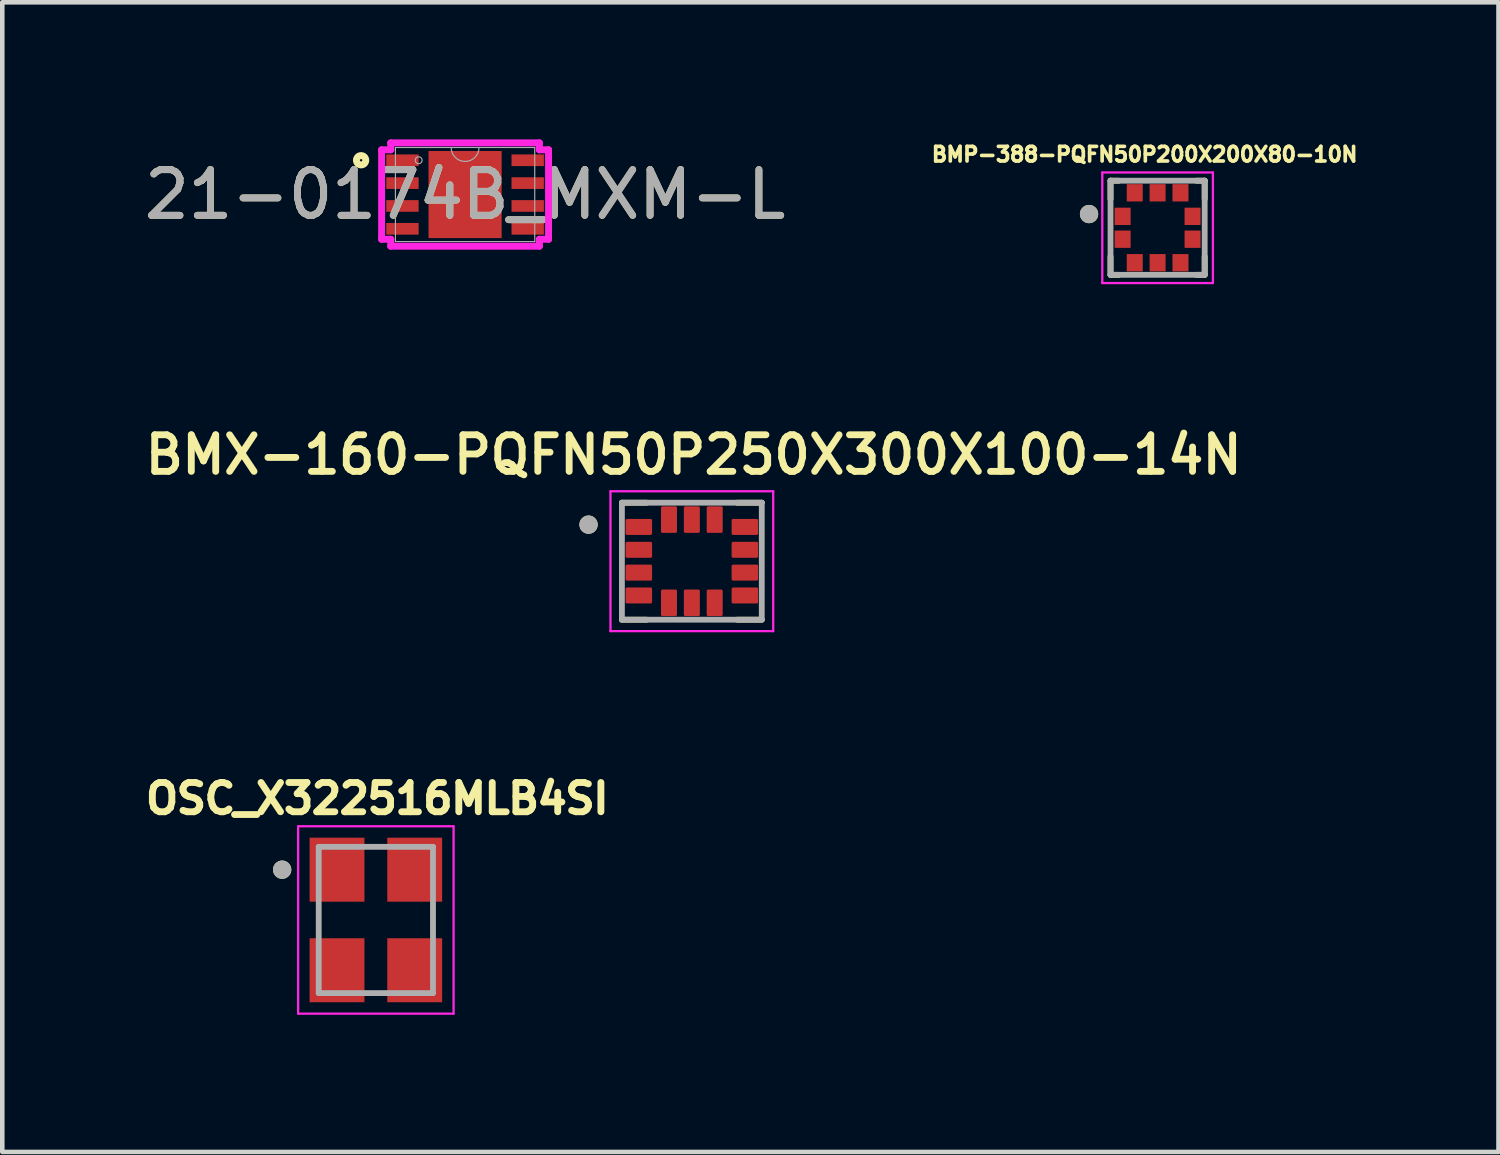
<source format=kicad_pcb>
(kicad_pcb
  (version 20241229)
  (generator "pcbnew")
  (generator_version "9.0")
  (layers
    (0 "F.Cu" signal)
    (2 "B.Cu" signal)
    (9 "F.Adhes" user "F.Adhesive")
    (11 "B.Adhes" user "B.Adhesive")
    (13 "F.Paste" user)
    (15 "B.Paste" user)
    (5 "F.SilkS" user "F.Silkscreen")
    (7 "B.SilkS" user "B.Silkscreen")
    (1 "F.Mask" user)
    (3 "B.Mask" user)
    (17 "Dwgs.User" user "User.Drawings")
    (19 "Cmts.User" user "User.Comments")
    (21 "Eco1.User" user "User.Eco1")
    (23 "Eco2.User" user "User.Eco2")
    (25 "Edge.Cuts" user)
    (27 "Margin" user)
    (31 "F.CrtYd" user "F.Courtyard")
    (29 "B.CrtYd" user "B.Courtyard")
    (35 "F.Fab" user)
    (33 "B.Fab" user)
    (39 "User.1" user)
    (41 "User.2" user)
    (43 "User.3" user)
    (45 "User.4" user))
  (footprint "21-0174B_MXM-L"
    (layer "F.Cu")
    (at 7.125 1.206)
    (property "Reference" "21-0174B_MXM-L" (at 0 0 0) (unlocked yes) (layer "F.SilkS") (effects (font (size 1 1) (thickness 0.15))))
    (attr smd)
    (fp_circle (center -2.275 -0.75) (end -2.173 -0.75) (stroke (width 0.152) (type solid)) (fill no) (layer "F.SilkS"))
    (fp_line (start -1.826 -0.979) (end -1.626 -0.979) (stroke (width 0.152) (type solid)) (layer "F.CrtYd"))
    (fp_line (start -1.826 0.979) (end -1.826 -0.979) (stroke (width 0.152) (type solid)) (layer "F.CrtYd"))
    (fp_line (start -1.826 0.979) (end -1.626 0.979) (stroke (width 0.152) (type solid)) (layer "F.CrtYd"))
    (fp_line (start -1.626 -1.13) (end 1.626 -1.13) (stroke (width 0.152) (type solid)) (layer "F.CrtYd"))
    (fp_line (start -1.626 -0.979) (end -1.626 -1.13) (stroke (width 0.152) (type solid)) (layer "F.CrtYd"))
    (fp_line (start -1.626 1.13) (end -1.626 0.979) (stroke (width 0.152) (type solid)) (layer "F.CrtYd"))
    (fp_line (start 1.626 -1.13) (end 1.626 -0.979) (stroke (width 0.152) (type solid)) (layer "F.CrtYd"))
    (fp_line (start 1.626 0.979) (end 1.626 1.13) (stroke (width 0.152) (type solid)) (layer "F.CrtYd"))
    (fp_line (start 1.626 1.13) (end -1.626 1.13) (stroke (width 0.152) (type solid)) (layer "F.CrtYd"))
    (fp_line (start 1.826 -0.979) (end 1.626 -0.979) (stroke (width 0.152) (type solid)) (layer "F.CrtYd"))
    (fp_line (start 1.826 -0.979) (end 1.826 0.979) (stroke (width 0.152) (type solid)) (layer "F.CrtYd"))
    (fp_line (start 1.826 0.979) (end 1.626 0.979) (stroke (width 0.152) (type solid)) (layer "F.CrtYd"))
    (fp_line (start -1.524 -1.029) (end -1.524 1.029) (stroke (width 0.025) (type solid)) (layer "F.Fab"))
    (fp_line (start -1.524 1.029) (end 1.524 1.029) (stroke (width 0.025) (type solid)) (layer "F.Fab"))
    (fp_line (start 1.524 -1.029) (end -1.524 -1.029) (stroke (width 0.025) (type solid)) (layer "F.Fab"))
    (fp_line (start 1.524 1.029) (end 1.524 -1.029) (stroke (width 0.025) (type solid)) (layer "F.Fab"))
    (fp_arc (start 0.3048 -1.0287) (mid 0 -0.7239) (end -0.3048 -1.0287) (stroke (width 0.0254) (type solid)) (layer "F.Fab"))
    (fp_circle (center -1.016 -0.75) (end -0.94 -0.75) (stroke (width 0.025) (type solid)) (fill no) (layer "F.Fab"))
    (fp_text user "${REFERENCE}" (at 0 0 0) (unlocked yes) (layer "F.Fab") (effects (font (size 1 1) (thickness 0.15))))
    (pad "1" smd rect (at -1.37 -0.75) (size 0.708 0.255) (layers "F.Cu" "F.Mask" "F.Paste"))
    (pad "2" smd rect (at -1.37 -0.25) (size 0.708 0.255) (layers "F.Cu" "F.Mask" "F.Paste"))
    (pad "3" smd rect (at -1.37 0.25) (size 0.708 0.255) (layers "F.Cu" "F.Mask" "F.Paste"))
    (pad "4" smd rect (at -1.37 0.75) (size 0.708 0.255) (layers "F.Cu" "F.Mask" "F.Paste"))
    (pad "5" smd rect (at 1.37 0.75) (size 0.708 0.255) (layers "F.Cu" "F.Mask" "F.Paste"))
    (pad "6" smd rect (at 1.37 0.25) (size 0.708 0.255) (layers "F.Cu" "F.Mask" "F.Paste"))
    (pad "7" smd rect (at 1.37 -0.25) (size 0.708 0.255) (layers "F.Cu" "F.Mask" "F.Paste"))
    (pad "8" smd rect (at 1.37 -0.75) (size 0.708 0.255) (layers "F.Cu" "F.Mask" "F.Paste"))
    (pad "9" smd rect (at 0 0) (size 1.6 1.905) (layers "F.Cu" "F.Mask" "F.Paste")))
  (footprint "BMX-160-PQFN50P250X300X100-14N"
    (layer "F.Cu")
    (at 12.086 9.228)
    (property "Reference" "BMX-160-PQFN50P250X300X100-14N" (at 0.04 -2.328 0) (layer "F.SilkS") (effects (font (size 0.8 0.8) (thickness 0.15))))
    (attr smd)
    (fp_line (start -1.53 -1.28) (end -0.99 -1.28) (stroke (width 0.127) (type solid)) (layer "F.SilkS"))
    (fp_line (start -1.53 1.28) (end -0.99 1.28) (stroke (width 0.127) (type solid)) (layer "F.SilkS"))
    (fp_line (start 1.53 -1.28) (end 0.99 -1.28) (stroke (width 0.127) (type solid)) (layer "F.SilkS"))
    (fp_line (start 1.53 1.28) (end 0.99 1.28) (stroke (width 0.127) (type solid)) (layer "F.SilkS"))
    (fp_circle (center -2.26 -0.8) (end -2.16 -0.8) (stroke (width 0.2) (type solid)) (fill no) (layer "F.SilkS"))
    (fp_line (start -1.78 -1.53) (end 1.78 -1.53) (stroke (width 0.05) (type solid)) (layer "F.CrtYd"))
    (fp_line (start -1.78 1.53) (end -1.78 -1.53) (stroke (width 0.05) (type solid)) (layer "F.CrtYd"))
    (fp_line (start 1.78 -1.53) (end 1.78 1.53) (stroke (width 0.05) (type solid)) (layer "F.CrtYd"))
    (fp_line (start 1.78 1.53) (end -1.78 1.53) (stroke (width 0.05) (type solid)) (layer "F.CrtYd"))
    (fp_line (start -1.53 -1.28) (end -1.53 1.28) (stroke (width 0.127) (type solid)) (layer "F.Fab"))
    (fp_line (start -1.53 1.28) (end 1.53 1.28) (stroke (width 0.127) (type solid)) (layer "F.Fab"))
    (fp_line (start 1.53 -1.28) (end -1.53 -1.28) (stroke (width 0.127) (type solid)) (layer "F.Fab"))
    (fp_line (start 1.53 1.28) (end 1.53 -1.28) (stroke (width 0.127) (type solid)) (layer "F.Fab"))
    (fp_circle (center -2.26 -0.8) (end -2.16 -0.8) (stroke (width 0.2) (type solid)) (fill no) (layer "F.Fab"))
    (pad "1" smd roundrect (at -1.16 -0.75) (size 0.58 0.35) (layers "F.Cu" "F.Mask" "F.Paste") (roundrect_rratio 0.09))
    (pad "2" smd roundrect (at -1.16 -0.25) (size 0.58 0.35) (layers "F.Cu" "F.Mask" "F.Paste") (roundrect_rratio 0.09))
    (pad "3" smd roundrect (at -1.16 0.25) (size 0.58 0.35) (layers "F.Cu" "F.Mask" "F.Paste") (roundrect_rratio 0.09))
    (pad "4" smd roundrect (at -1.16 0.75) (size 0.58 0.35) (layers "F.Cu" "F.Mask" "F.Paste") (roundrect_rratio 0.09))
    (pad "5" smd roundrect (at -0.5 0.91 90) (size 0.58 0.35) (layers "F.Cu" "F.Mask" "F.Paste") (roundrect_rratio 0.09))
    (pad "6" smd roundrect (at 0 0.91 90) (size 0.58 0.35) (layers "F.Cu" "F.Mask" "F.Paste") (roundrect_rratio 0.09))
    (pad "7" smd roundrect (at 0.5 0.91 90) (size 0.58 0.35) (layers "F.Cu" "F.Mask" "F.Paste") (roundrect_rratio 0.09))
    (pad "8" smd roundrect (at 1.16 0.75 180) (size 0.58 0.35) (layers "F.Cu" "F.Mask" "F.Paste") (roundrect_rratio 0.09))
    (pad "9" smd roundrect (at 1.16 0.25 180) (size 0.58 0.35) (layers "F.Cu" "F.Mask" "F.Paste") (roundrect_rratio 0.09))
    (pad "10" smd roundrect (at 1.16 -0.25 180) (size 0.58 0.35) (layers "F.Cu" "F.Mask" "F.Paste") (roundrect_rratio 0.09))
    (pad "11" smd roundrect (at 1.16 -0.75 180) (size 0.58 0.35) (layers "F.Cu" "F.Mask" "F.Paste") (roundrect_rratio 0.09))
    (pad "12" smd roundrect (at 0.5 -0.91 270) (size 0.58 0.35) (layers "F.Cu" "F.Mask" "F.Paste") (roundrect_rratio 0.09))
    (pad "13" smd roundrect (at 0 -0.91 270) (size 0.58 0.35) (layers "F.Cu" "F.Mask" "F.Paste") (roundrect_rratio 0.09))
    (pad "14" smd roundrect (at -0.5 -0.91 270) (size 0.58 0.35) (layers "F.Cu" "F.Mask" "F.Paste") (roundrect_rratio 0.09)))
  (footprint "OSC_X322516MLB4SI"
    (layer "F.Cu")
    (at 5.173 17.077)
    (property "Reference" "OSC_X322516MLB4SI" (at 0.032 -2.656 0) (layer "F.SilkS") (effects (font (size 0.64 0.64) (thickness 0.15))))
    (attr smd)
    (fp_circle (center -2.05 -1.1) (end -1.95 -1.1) (stroke (width 0.2) (type solid)) (fill no) (layer "F.SilkS"))
    (fp_line (start -1.7 -2.05) (end 1.7 -2.05) (stroke (width 0.05) (type solid)) (layer "F.CrtYd"))
    (fp_line (start -1.7 2.05) (end -1.7 -2.05) (stroke (width 0.05) (type solid)) (layer "F.CrtYd"))
    (fp_line (start 1.7 -2.05) (end 1.7 2.05) (stroke (width 0.05) (type solid)) (layer "F.CrtYd"))
    (fp_line (start 1.7 2.05) (end -1.7 2.05) (stroke (width 0.05) (type solid)) (layer "F.CrtYd"))
    (fp_line (start -1.25 -1.6) (end 1.25 -1.6) (stroke (width 0.127) (type solid)) (layer "F.Fab"))
    (fp_line (start -1.25 1.6) (end -1.25 -1.6) (stroke (width 0.127) (type solid)) (layer "F.Fab"))
    (fp_line (start 1.25 -1.6) (end 1.25 1.6) (stroke (width 0.127) (type solid)) (layer "F.Fab"))
    (fp_line (start 1.25 1.6) (end -1.25 1.6) (stroke (width 0.127) (type solid)) (layer "F.Fab"))
    (fp_circle (center -2.05 -1.1) (end -1.95 -1.1) (stroke (width 0.2) (type solid)) (fill no) (layer "F.Fab"))
    (pad "1" smd rect (at -0.85 -1.1) (size 1.2 1.4) (layers "F.Cu" "F.Mask" "F.Paste"))
    (pad "2" smd rect (at -0.85 1.1) (size 1.2 1.4) (layers "F.Cu" "F.Mask" "F.Paste"))
    (pad "3" smd rect (at 0.85 1.1) (size 1.2 1.4) (layers "F.Cu" "F.Mask" "F.Paste"))
    (pad "4" smd rect (at 0.85 -1.1) (size 1.2 1.4) (layers "F.Cu" "F.Mask" "F.Paste")))
  (footprint "BMP-388-PQFN50P200X200X80-10N"
    (layer "F.Cu")
    (at 22.276 1.933)
    (property "Reference" "BMP-388-PQFN50P200X200X80-10N" (at -0.284 -1.605 0) (layer "F.SilkS") (effects (font (size 0.32 0.32) (thickness 0.15))))
    (attr smd)
    (fp_line (start -1.03 -1.03) (end -0.85 -1.03) (stroke (width 0.127) (type solid)) (layer "F.SilkS"))
    (fp_line (start -1.03 -0.63) (end -1.03 -1.03) (stroke (width 0.127) (type solid)) (layer "F.SilkS"))
    (fp_line (start -1.03 1.03) (end -1.03 0.63) (stroke (width 0.127) (type solid)) (layer "F.SilkS"))
    (fp_line (start -0.85 1.03) (end -1.03 1.03) (stroke (width 0.127) (type solid)) (layer "F.SilkS"))
    (fp_line (start 0.85 -1.03) (end 1.03 -1.03) (stroke (width 0.127) (type solid)) (layer "F.SilkS"))
    (fp_line (start 0.85 1.03) (end 1.03 1.03) (stroke (width 0.127) (type solid)) (layer "F.SilkS"))
    (fp_line (start 1.03 -1.03) (end 1.03 -0.63) (stroke (width 0.127) (type solid)) (layer "F.SilkS"))
    (fp_line (start 1.03 1.03) (end 1.03 0.63) (stroke (width 0.127) (type solid)) (layer "F.SilkS"))
    (fp_circle (center -1.5 -0.3) (end -1.4 -0.3) (stroke (width 0.2) (type solid)) (fill no) (layer "F.SilkS"))
    (fp_line (start -1.21 -1.21) (end 1.21 -1.21) (stroke (width 0.05) (type solid)) (layer "F.CrtYd"))
    (fp_line (start -1.21 1.21) (end -1.21 -1.21) (stroke (width 0.05) (type solid)) (layer "F.CrtYd"))
    (fp_line (start 1.21 -1.21) (end 1.21 1.21) (stroke (width 0.05) (type solid)) (layer "F.CrtYd"))
    (fp_line (start 1.21 1.21) (end -1.21 1.21) (stroke (width 0.05) (type solid)) (layer "F.CrtYd"))
    (fp_line (start -1.03 -1.03) (end 1.03 -1.03) (stroke (width 0.127) (type solid)) (layer "F.Fab"))
    (fp_line (start -1.03 1.03) (end -1.03 -1.03) (stroke (width 0.127) (type solid)) (layer "F.Fab"))
    (fp_line (start 1.03 -1.03) (end 1.03 1.03) (stroke (width 0.127) (type solid)) (layer "F.Fab"))
    (fp_line (start 1.03 1.03) (end -1.03 1.03) (stroke (width 0.127) (type solid)) (layer "F.Fab"))
    (fp_circle (center -1.5 -0.3) (end -1.4 -0.3) (stroke (width 0.2) (type solid)) (fill no) (layer "F.Fab"))
    (pad "1" smd roundrect (at -0.765 -0.25 90) (size 0.38 0.35) (layers "F.Cu" "F.Mask" "F.Paste") (roundrect_rratio 0.02))
    (pad "2" smd roundrect (at -0.765 0.25 90) (size 0.38 0.35) (layers "F.Cu" "F.Mask" "F.Paste") (roundrect_rratio 0.02))
    (pad "3" smd roundrect (at -0.5 0.765 90) (size 0.38 0.35) (layers "F.Cu" "F.Mask" "F.Paste") (roundrect_rratio 0.02))
    (pad "4" smd roundrect (at 0 0.765 90) (size 0.38 0.35) (layers "F.Cu" "F.Mask" "F.Paste") (roundrect_rratio 0.02))
    (pad "5" smd roundrect (at 0.5 0.765 90) (size 0.38 0.35) (layers "F.Cu" "F.Mask" "F.Paste") (roundrect_rratio 0.02))
    (pad "6" smd roundrect (at 0.765 0.25 90) (size 0.38 0.35) (layers "F.Cu" "F.Mask" "F.Paste") (roundrect_rratio 0.02))
    (pad "7" smd roundrect (at 0.765 -0.25 90) (size 0.38 0.35) (layers "F.Cu" "F.Mask" "F.Paste") (roundrect_rratio 0.02))
    (pad "8" smd roundrect (at 0.5 -0.765 90) (size 0.38 0.35) (layers "F.Cu" "F.Mask" "F.Paste") (roundrect_rratio 0.02))
    (pad "9" smd roundrect (at 0 -0.765 90) (size 0.38 0.35) (layers "F.Cu" "F.Mask" "F.Paste") (roundrect_rratio 0.02))
    (pad "10" smd roundrect (at -0.5 -0.765 90) (size 0.38 0.35) (layers "F.Cu" "F.Mask" "F.Paste") (roundrect_rratio 0.02)))
  (gr_rect
    (start -3 -3)
    (end 29.734 22.152)
    (stroke (width 0.1) (type default))
    (fill no)
    (layer "Edge.Cuts")))
</source>
